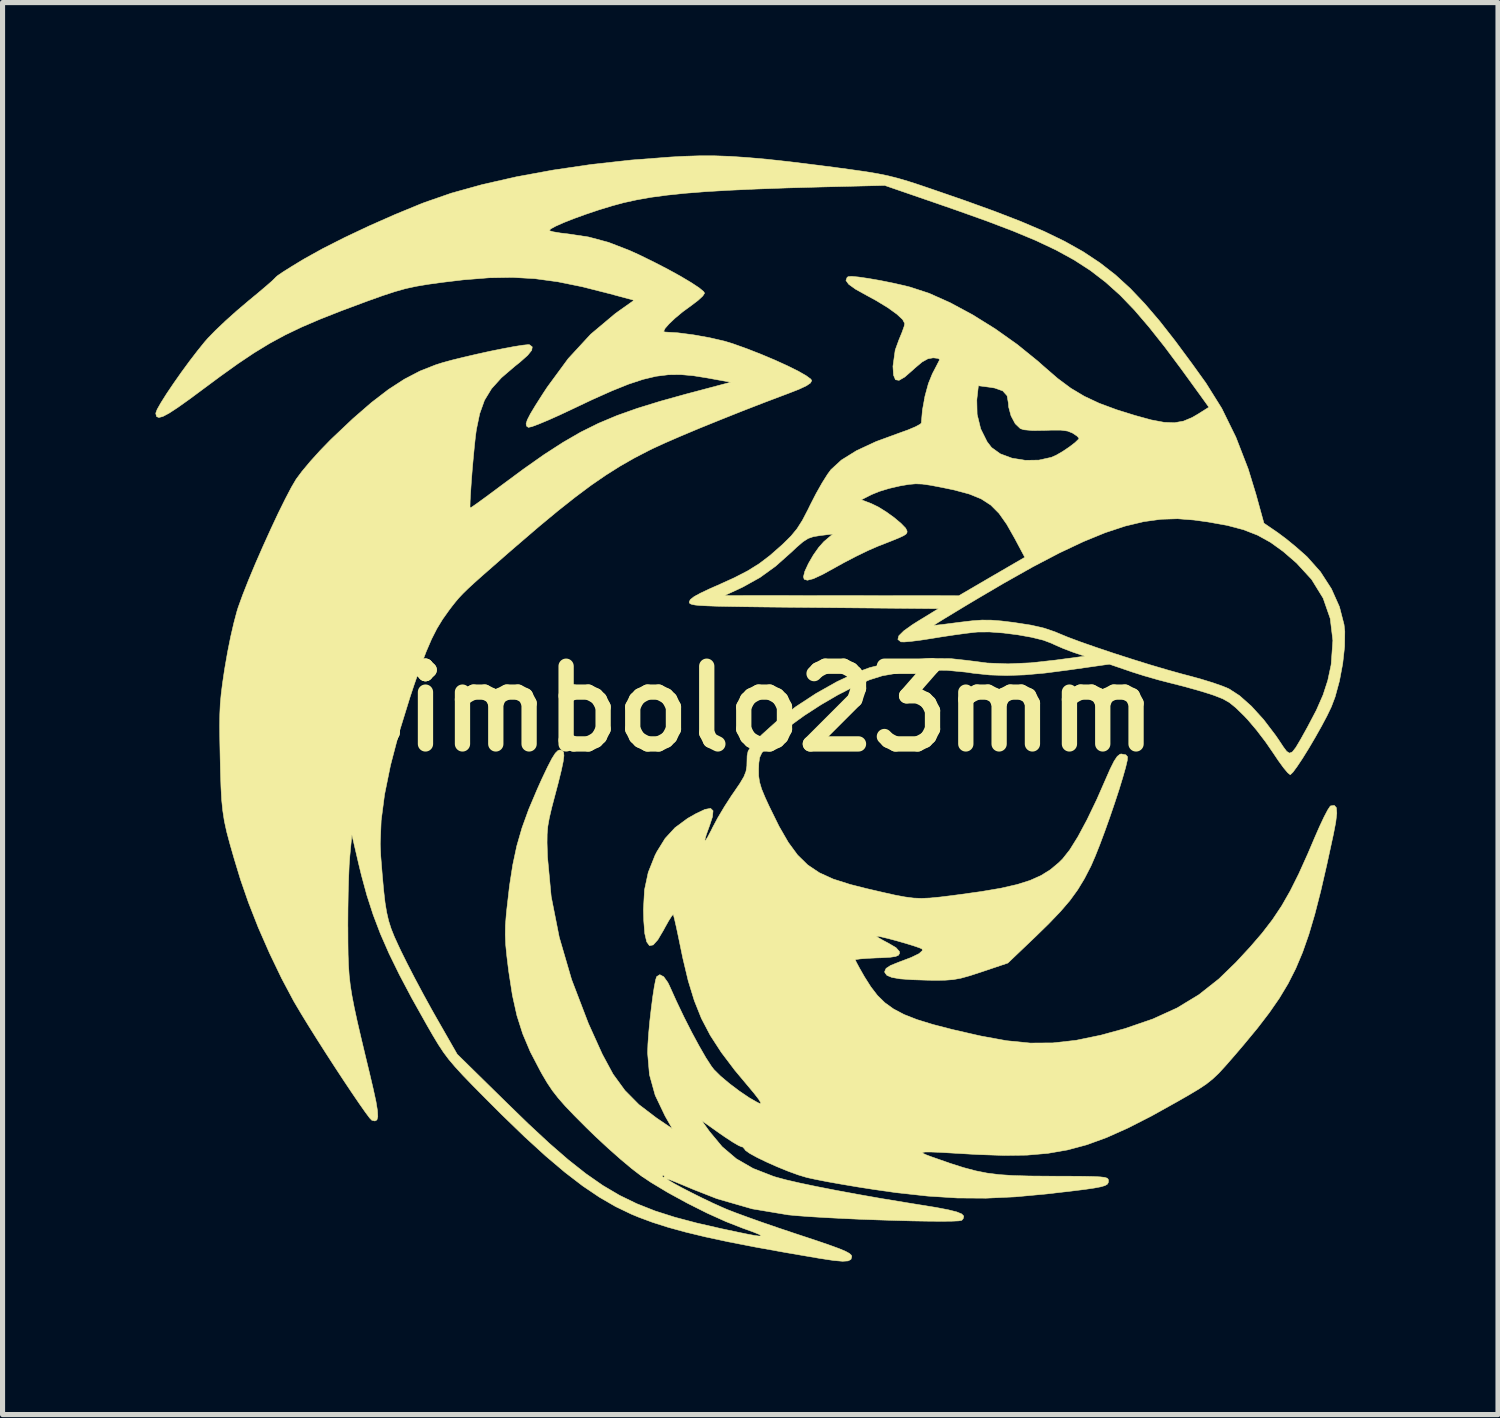
<source format=kicad_pcb>
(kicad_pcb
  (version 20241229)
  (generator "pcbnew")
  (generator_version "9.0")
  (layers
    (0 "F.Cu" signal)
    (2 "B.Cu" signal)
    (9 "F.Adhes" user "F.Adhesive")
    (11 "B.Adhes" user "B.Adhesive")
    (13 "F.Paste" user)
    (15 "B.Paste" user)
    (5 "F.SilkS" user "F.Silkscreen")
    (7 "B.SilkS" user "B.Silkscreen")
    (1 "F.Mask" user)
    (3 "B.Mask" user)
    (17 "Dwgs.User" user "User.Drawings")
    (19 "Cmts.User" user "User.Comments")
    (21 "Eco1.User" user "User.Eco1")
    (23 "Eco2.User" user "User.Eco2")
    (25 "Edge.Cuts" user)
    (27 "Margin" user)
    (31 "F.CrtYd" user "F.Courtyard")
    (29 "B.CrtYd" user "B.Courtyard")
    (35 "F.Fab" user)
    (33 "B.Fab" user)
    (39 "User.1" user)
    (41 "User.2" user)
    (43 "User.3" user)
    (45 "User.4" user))
  (footprint "simbolo23mm"
    (layer "F.Cu")
    (at 11.643 10.848)
    (property "Reference" "simbolo23mm" (at 0 0 0) (layer "F.SilkS") (effects (font (size 1.524 1.524) (thickness 0.3))))
    (attr through_hole)
    (fp_poly (pts (xy -0.684 -10.843) (xy -0.375 -10.832) (xy -0.035 -10.809) (xy 0.348 -10.775) (xy 0.788 -10.727) (xy 1.297 -10.664) (xy 1.658 -10.618) (xy 2.011 -10.57) (xy 2.293 -10.53) (xy 2.524 -10.491) (xy 2.724 -10.45) (xy 2.914 -10.402) (xy 3.115 -10.343) (xy 3.346 -10.268) (xy 3.552 -10.198) (xy 4.219 -9.968) (xy 4.806 -9.756) (xy 5.323 -9.556) (xy 5.779 -9.362) (xy 6.183 -9.166) (xy 6.545 -8.963) (xy 6.874 -8.745) (xy 7.18 -8.507) (xy 7.471 -8.241) (xy 7.756 -7.941) (xy 8.047 -7.601) (xy 8.35 -7.214) (xy 8.677 -6.772) (xy 8.955 -6.385) (xy 9.264 -5.891) (xy 9.542 -5.324) (xy 9.783 -4.702) (xy 9.934 -4.209) (xy 10.091 -3.639) (xy 10.36 -3.455) (xy 10.524 -3.333) (xy 10.717 -3.175) (xy 10.902 -3.012) (xy 10.939 -2.978) (xy 11.199 -2.686) (xy 11.414 -2.353) (xy 11.572 -2) (xy 11.662 -1.651) (xy 11.677 -1.516) (xy 11.673 -1.222) (xy 11.636 -0.886) (xy 11.572 -0.545) (xy 11.487 -0.233) (xy 11.413 -0.038) (xy 11.328 0.139) (xy 11.219 0.344) (xy 11.097 0.561) (xy 10.971 0.775) (xy 10.85 0.97) (xy 10.743 1.131) (xy 10.66 1.244) (xy 10.61 1.292) (xy 10.606 1.293) (xy 10.559 1.256) (xy 10.476 1.157) (xy 10.37 1.011) (xy 10.273 0.866) (xy 10.121 0.646) (xy 9.945 0.416) (xy 9.772 0.212) (xy 9.698 0.134) (xy 9.541 -0.019) (xy 9.413 -0.123) (xy 9.281 -0.197) (xy 9.115 -0.262) (xy 9.029 -0.291) (xy 8.793 -0.363) (xy 8.523 -0.438) (xy 8.276 -0.501) (xy 8.267 -0.503) (xy 8.027 -0.565) (xy 7.754 -0.643) (xy 7.501 -0.723) (xy 7.467 -0.735) (xy 7.06 -0.874) (xy 6.266 -0.761) (xy 5.797 -0.7) (xy 5.396 -0.664) (xy 5.041 -0.652) (xy 4.713 -0.663) (xy 4.389 -0.697) (xy 4.251 -0.718) (xy 3.864 -0.755) (xy 3.431 -0.752) (xy 2.987 -0.713) (xy 2.609 -0.647) (xy 2.361 -0.569) (xy 2.064 -0.44) (xy 1.738 -0.273) (xy 1.402 -0.077) (xy 1.076 0.134) (xy 0.779 0.349) (xy 0.531 0.557) (xy 0.453 0.633) (xy 0.322 0.769) (xy 0.244 0.867) (xy 0.203 0.955) (xy 0.187 1.061) (xy 0.182 1.178) (xy 0.183 1.315) (xy 0.201 1.438) (xy 0.241 1.573) (xy 0.312 1.744) (xy 0.391 1.915) (xy 0.583 2.305) (xy 0.764 2.619) (xy 0.946 2.867) (xy 1.145 3.062) (xy 1.373 3.215) (xy 1.645 3.339) (xy 1.975 3.444) (xy 2.286 3.523) (xy 2.605 3.597) (xy 2.854 3.653) (xy 3.052 3.69) (xy 3.22 3.712) (xy 3.377 3.718) (xy 3.543 3.711) (xy 3.739 3.692) (xy 3.983 3.662) (xy 4.088 3.648) (xy 4.55 3.584) (xy 4.932 3.519) (xy 5.247 3.447) (xy 5.505 3.366) (xy 5.72 3.27) (xy 5.903 3.156) (xy 6.067 3.019) (xy 6.143 2.944) (xy 6.283 2.767) (xy 6.444 2.509) (xy 6.622 2.177) (xy 6.813 1.78) (xy 6.976 1.409) (xy 7.076 1.181) (xy 7.153 1.027) (xy 7.214 0.935) (xy 7.268 0.892) (xy 7.291 0.886) (xy 7.383 0.903) (xy 7.417 0.942) (xy 7.412 1.011) (xy 7.379 1.151) (xy 7.323 1.348) (xy 7.25 1.587) (xy 7.163 1.852) (xy 7.068 2.13) (xy 6.97 2.405) (xy 6.874 2.662) (xy 6.785 2.886) (xy 6.708 3.064) (xy 6.696 3.09) (xy 6.57 3.334) (xy 6.438 3.551) (xy 6.287 3.759) (xy 6.102 3.975) (xy 5.871 4.216) (xy 5.613 4.468) (xy 5.07 4.986) (xy 4.556 5.159) (xy 4.326 5.234) (xy 4.15 5.283) (xy 3.996 5.311) (xy 3.832 5.323) (xy 3.625 5.324) (xy 3.51 5.323) (xy 3.192 5.313) (xy 2.957 5.296) (xy 2.796 5.268) (xy 2.699 5.228) (xy 2.658 5.174) (xy 2.655 5.151) (xy 2.682 5.091) (xy 2.771 5.033) (xy 2.933 4.968) (xy 3.174 4.877) (xy 3.328 4.802) (xy 3.394 4.742) (xy 3.388 4.711) (xy 3.333 4.686) (xy 3.216 4.646) (xy 3.062 4.599) (xy 2.891 4.55) (xy 2.727 4.506) (xy 2.592 4.474) (xy 2.509 4.458) (xy 2.494 4.46) (xy 2.531 4.489) (xy 2.629 4.545) (xy 2.728 4.597) (xy 2.876 4.684) (xy 2.942 4.758) (xy 2.947 4.794) (xy 2.926 4.832) (xy 2.869 4.857) (xy 2.76 4.873) (xy 2.581 4.883) (xy 2.505 4.885) (xy 2.319 4.894) (xy 2.174 4.905) (xy 2.091 4.917) (xy 2.078 4.924) (xy 2.1 4.972) (xy 2.158 5.08) (xy 2.24 5.224) (xy 2.259 5.257) (xy 2.384 5.454) (xy 2.513 5.622) (xy 2.658 5.764) (xy 2.829 5.887) (xy 3.036 5.996) (xy 3.289 6.095) (xy 3.601 6.191) (xy 3.98 6.289) (xy 4.438 6.394) (xy 4.546 6.418) (xy 5.045 6.509) (xy 5.506 6.555) (xy 5.953 6.552) (xy 6.408 6.501) (xy 6.896 6.4) (xy 7.366 6.271) (xy 7.913 6.083) (xy 8.389 5.866) (xy 8.814 5.608) (xy 9.208 5.297) (xy 9.54 4.975) (xy 9.82 4.673) (xy 10.056 4.399) (xy 10.259 4.135) (xy 10.439 3.865) (xy 10.607 3.571) (xy 10.775 3.235) (xy 10.952 2.842) (xy 11.088 2.523) (xy 11.183 2.306) (xy 11.27 2.121) (xy 11.342 1.984) (xy 11.39 1.912) (xy 11.398 1.905) (xy 11.471 1.895) (xy 11.511 1.939) (xy 11.52 2.047) (xy 11.499 2.226) (xy 11.455 2.455) (xy 11.325 3.055) (xy 11.205 3.576) (xy 11.089 4.029) (xy 10.972 4.425) (xy 10.849 4.776) (xy 10.715 5.094) (xy 10.565 5.39) (xy 10.393 5.676) (xy 10.194 5.963) (xy 9.964 6.263) (xy 9.696 6.587) (xy 9.504 6.812) (xy 9.338 7.002) (xy 9.205 7.147) (xy 9.084 7.261) (xy 8.957 7.362) (xy 8.804 7.463) (xy 8.606 7.581) (xy 8.4 7.699) (xy 7.885 7.986) (xy 7.426 8.22) (xy 7.01 8.406) (xy 6.619 8.549) (xy 6.239 8.651) (xy 5.852 8.718) (xy 5.444 8.753) (xy 4.999 8.759) (xy 4.5 8.742) (xy 4.335 8.733) (xy 3.991 8.713) (xy 3.733 8.698) (xy 3.552 8.691) (xy 3.443 8.692) (xy 3.397 8.701) (xy 3.408 8.719) (xy 3.469 8.747) (xy 3.573 8.786) (xy 3.625 8.804) (xy 3.936 8.913) (xy 4.2 8.997) (xy 4.436 9.06) (xy 4.663 9.105) (xy 4.902 9.135) (xy 5.171 9.153) (xy 5.492 9.162) (xy 5.882 9.165) (xy 5.934 9.165) (xy 6.282 9.166) (xy 6.548 9.168) (xy 6.744 9.172) (xy 6.88 9.179) (xy 6.967 9.189) (xy 7.016 9.204) (xy 7.037 9.225) (xy 7.043 9.252) (xy 7.043 9.257) (xy 7.038 9.294) (xy 7.019 9.324) (xy 6.973 9.35) (xy 6.891 9.374) (xy 6.764 9.398) (xy 6.58 9.425) (xy 6.329 9.456) (xy 6.001 9.494) (xy 5.819 9.515) (xy 5.212 9.571) (xy 4.641 9.597) (xy 4.079 9.593) (xy 3.5 9.556) (xy 2.878 9.488) (xy 2.444 9.426) (xy 2.129 9.377) (xy 1.82 9.325) (xy 1.537 9.275) (xy 1.302 9.229) (xy 1.136 9.193) (xy 1.127 9.191) (xy 0.958 9.14) (xy 0.758 9.067) (xy 0.545 8.98) (xy 0.338 8.888) (xy 0.154 8.799) (xy 0.01 8.72) (xy -0.076 8.659) (xy -0.092 8.634) (xy -0.129 8.593) (xy -0.15 8.59) (xy -0.211 8.564) (xy -0.327 8.496) (xy -0.478 8.397) (xy -0.571 8.333) (xy -0.933 8.076) (xy -0.779 8.291) (xy -0.532 8.588) (xy -0.253 8.825) (xy 0.075 9.014) (xy 0.471 9.168) (xy 0.529 9.186) (xy 0.718 9.237) (xy 0.986 9.299) (xy 1.321 9.369) (xy 1.709 9.445) (xy 2.138 9.524) (xy 2.597 9.605) (xy 3.071 9.683) (xy 3.342 9.727) (xy 3.664 9.779) (xy 3.903 9.825) (xy 4.067 9.866) (xy 4.165 9.906) (xy 4.205 9.948) (xy 4.195 9.996) (xy 4.166 10.031) (xy 4.108 10.042) (xy 3.971 10.048) (xy 3.766 10.05) (xy 3.506 10.048) (xy 3.204 10.043) (xy 2.871 10.034) (xy 2.52 10.023) (xy 2.164 10.01) (xy 1.815 9.994) (xy 1.485 9.977) (xy 1.187 9.959) (xy 0.932 9.94) (xy 0.762 9.924) (xy 0.056 9.806) (xy -0.634 9.607) (xy -1.091 9.428) (xy -1.291 9.344) (xy -1.455 9.276) (xy -1.569 9.231) (xy -1.616 9.217) (xy -1.616 9.217) (xy -1.577 9.249) (xy -1.471 9.312) (xy -1.316 9.396) (xy -1.127 9.493) (xy -0.922 9.595) (xy -0.718 9.693) (xy -0.531 9.777) (xy -0.439 9.817) (xy -0.269 9.883) (xy -0.032 9.97) (xy 0.254 10.072) (xy 0.568 10.18) (xy 0.89 10.288) (xy 0.993 10.322) (xy 1.325 10.432) (xy 1.578 10.519) (xy 1.762 10.586) (xy 1.888 10.639) (xy 1.964 10.681) (xy 2.001 10.716) (xy 2.009 10.742) (xy 1.993 10.797) (xy 1.937 10.827) (xy 1.829 10.834) (xy 1.656 10.819) (xy 1.407 10.781) (xy 1.385 10.778) (xy 0.709 10.662) (xy 0.116 10.555) (xy -0.403 10.454) (xy -0.855 10.357) (xy -1.249 10.262) (xy -1.595 10.167) (xy -1.899 10.07) (xy -2.171 9.969) (xy -2.313 9.91) (xy -2.623 9.761) (xy -2.939 9.578) (xy -3.268 9.356) (xy -3.617 9.088) (xy -3.994 8.769) (xy -4.407 8.392) (xy -4.863 7.951) (xy -5.179 7.635) (xy -5.426 7.385) (xy -5.619 7.185) (xy -5.77 7.02) (xy -5.893 6.875) (xy -5.997 6.736) (xy -6.096 6.586) (xy -6.201 6.412) (xy -6.325 6.197) (xy -6.33 6.188) (xy -6.62 5.671) (xy -6.862 5.213) (xy -7.065 4.798) (xy -7.234 4.412) (xy -7.376 4.038) (xy -7.498 3.661) (xy -7.606 3.264) (xy -7.664 3.025) (xy -7.751 2.65) (xy -7.237 2.65) (xy -7.227 2.886) (xy -7.197 3.261) (xy -7.17 3.559) (xy -7.143 3.798) (xy -7.111 3.992) (xy -7.073 4.157) (xy -7.024 4.311) (xy -6.961 4.469) (xy -6.88 4.646) (xy -6.832 4.748) (xy -6.712 4.99) (xy -6.561 5.283) (xy -6.394 5.596) (xy -6.227 5.9) (xy -6.145 6.045) (xy -5.728 6.774) (xy -4.792 7.693) (xy -4.334 8.138) (xy -3.924 8.519) (xy -3.551 8.843) (xy -3.204 9.117) (xy -2.872 9.348) (xy -2.543 9.542) (xy -2.205 9.706) (xy -1.848 9.847) (xy -1.459 9.971) (xy -1.028 10.085) (xy -0.542 10.196) (xy -0.489 10.207) (xy -0.217 10.265) (xy -0.021 10.305) (xy 0.109 10.329) (xy 0.186 10.339) (xy 0.222 10.338) (xy 0.231 10.328) (xy 0.191 10.306) (xy 0.083 10.262) (xy -0.071 10.206) (xy -0.127 10.186) (xy -0.456 10.057) (xy -0.829 9.889) (xy -1.217 9.694) (xy -1.594 9.488) (xy -1.93 9.286) (xy -2.107 9.167) (xy -1.709 9.167) (xy -1.686 9.19) (xy -1.663 9.167) (xy -1.686 9.144) (xy -1.709 9.167) (xy -2.107 9.167) (xy -2.124 9.156) (xy -2.304 9.018) (xy -2.527 8.831) (xy -2.772 8.614) (xy -3.019 8.385) (xy -3.197 8.212) (xy -3.43 7.978) (xy -3.61 7.79) (xy -3.749 7.631) (xy -3.862 7.486) (xy -3.963 7.335) (xy -4.064 7.164) (xy -4.103 7.093) (xy -4.295 6.725) (xy -4.443 6.374) (xy -4.557 6.016) (xy -4.645 5.62) (xy -4.716 5.161) (xy -4.718 5.149) (xy -4.754 4.856) (xy -4.777 4.626) (xy -4.785 4.431) (xy -4.782 4.245) (xy -4.766 4.039) (xy -4.757 3.949) (xy -4.702 3.47) (xy -4.638 3.058) (xy -4.559 2.688) (xy -4.457 2.335) (xy -4.326 1.973) (xy -4.158 1.577) (xy -4.072 1.385) (xy -3.957 1.143) (xy -3.87 0.975) (xy -3.804 0.871) (xy -3.751 0.819) (xy -3.716 0.808) (xy -3.669 0.817) (xy -3.642 0.85) (xy -3.635 0.92) (xy -3.65 1.037) (xy -3.687 1.212) (xy -3.747 1.456) (xy -3.808 1.686) (xy -3.876 1.945) (xy -3.922 2.142) (xy -3.951 2.305) (xy -3.964 2.458) (xy -3.966 2.631) (xy -3.959 2.849) (xy -3.957 2.909) (xy -3.885 3.681) (xy -3.727 4.48) (xy -3.485 5.309) (xy -3.156 6.169) (xy -2.882 6.775) (xy -2.672 7.164) (xy -2.439 7.484) (xy -2.164 7.762) (xy -1.824 8.021) (xy -1.805 8.034) (xy -1.51 8.234) (xy -1.652 7.984) (xy -1.846 7.578) (xy -1.958 7.174) (xy -1.994 6.751) (xy -1.994 6.738) (xy -1.988 6.572) (xy -1.973 6.36) (xy -1.951 6.122) (xy -1.923 5.879) (xy -1.894 5.65) (xy -1.864 5.456) (xy -1.837 5.316) (xy -1.817 5.253) (xy -1.755 5.214) (xy -1.678 5.255) (xy -1.597 5.368) (xy -1.563 5.438) (xy -1.427 5.739) (xy -1.28 6.047) (xy -1.129 6.344) (xy -0.983 6.614) (xy -0.852 6.842) (xy -0.743 7.01) (xy -0.693 7.075) (xy -0.565 7.202) (xy -0.389 7.35) (xy -0.193 7.498) (xy -0.001 7.628) (xy 0.16 7.72) (xy 0.212 7.743) (xy 0.226 7.728) (xy 0.184 7.657) (xy 0.093 7.539) (xy 0.043 7.479) (xy -0.285 7.087) (xy -0.551 6.735) (xy -0.766 6.403) (xy -0.939 6.072) (xy -1.079 5.722) (xy -1.198 5.334) (xy -1.304 4.889) (xy -1.338 4.725) (xy -1.387 4.488) (xy -1.43 4.285) (xy -1.465 4.132) (xy -1.487 4.046) (xy -1.493 4.034) (xy -1.521 4.063) (xy -1.58 4.156) (xy -1.658 4.295) (xy -1.683 4.342) (xy -1.794 4.53) (xy -1.885 4.631) (xy -1.958 4.645) (xy -2.012 4.57) (xy -2.05 4.407) (xy -2.07 4.154) (xy -2.076 3.939) (xy -2.055 3.552) (xy -1.982 3.209) (xy -1.848 2.873) (xy -1.812 2.803) (xy -1.651 2.543) (xy -1.458 2.333) (xy -1.21 2.15) (xy -1.045 2.056) (xy -0.869 1.973) (xy -0.759 1.953) (xy -0.711 2) (xy -0.722 2.117) (xy -0.778 2.288) (xy -0.844 2.471) (xy -0.872 2.571) (xy -0.864 2.588) (xy -0.819 2.521) (xy -0.739 2.369) (xy -0.721 2.331) (xy -0.619 2.14) (xy -0.485 1.915) (xy -0.345 1.698) (xy -0.305 1.641) (xy -0.183 1.462) (xy -0.106 1.332) (xy -0.065 1.227) (xy -0.048 1.122) (xy -0.046 1.038) (xy -0.043 0.922) (xy -0.024 0.834) (xy 0.024 0.749) (xy 0.112 0.645) (xy 0.242 0.511) (xy 0.548 0.235) (xy 0.913 -0.041) (xy 1.312 -0.302) (xy 1.721 -0.532) (xy 2.114 -0.716) (xy 2.362 -0.807) (xy 2.722 -0.896) (xy 3.129 -0.957) (xy 3.55 -0.987) (xy 3.952 -0.983) (xy 4.272 -0.948) (xy 4.667 -0.897) (xy 5.074 -0.881) (xy 5.519 -0.901) (xy 6.002 -0.954) (xy 6.578 -1.031) (xy 6.348 -1.109) (xy 6.168 -1.177) (xy 5.988 -1.255) (xy 5.93 -1.283) (xy 5.766 -1.345) (xy 5.535 -1.402) (xy 5.266 -1.45) (xy 4.983 -1.486) (xy 4.713 -1.506) (xy 4.483 -1.505) (xy 4.433 -1.501) (xy 4.263 -1.481) (xy 4.034 -1.45) (xy 3.78 -1.412) (xy 3.584 -1.38) (xy 3.365 -1.346) (xy 3.176 -1.322) (xy 3.039 -1.31) (xy 2.972 -1.312) (xy 2.913 -1.36) (xy 2.932 -1.431) (xy 3.031 -1.529) (xy 3.181 -1.636) (xy 3.616 -1.636) (xy 3.663 -1.639) (xy 3.782 -1.652) (xy 3.955 -1.674) (xy 4.133 -1.697) (xy 4.37 -1.725) (xy 4.56 -1.739) (xy 4.739 -1.738) (xy 4.94 -1.722) (xy 5.197 -1.691) (xy 5.2 -1.69) (xy 5.524 -1.64) (xy 5.781 -1.581) (xy 5.995 -1.508) (xy 6.061 -1.48) (xy 6.245 -1.404) (xy 6.499 -1.309) (xy 6.806 -1.202) (xy 7.148 -1.087) (xy 7.506 -0.972) (xy 7.862 -0.861) (xy 8.198 -0.762) (xy 8.495 -0.679) (xy 8.611 -0.649) (xy 8.852 -0.583) (xy 9.087 -0.511) (xy 9.284 -0.442) (xy 9.404 -0.392) (xy 9.614 -0.256) (xy 9.846 -0.05) (xy 10.085 0.213) (xy 10.318 0.519) (xy 10.382 0.612) (xy 10.472 0.748) (xy 10.538 0.836) (xy 10.593 0.87) (xy 10.649 0.846) (xy 10.717 0.759) (xy 10.809 0.604) (xy 10.937 0.374) (xy 10.94 0.369) (xy 11.12 0.027) (xy 11.251 -0.272) (xy 11.343 -0.555) (xy 11.406 -0.849) (xy 11.41 -0.875) (xy 11.443 -1.339) (xy 11.391 -1.77) (xy 11.252 -2.169) (xy 11.026 -2.536) (xy 10.731 -2.857) (xy 10.469 -3.084) (xy 10.221 -3.263) (xy 9.968 -3.403) (xy 9.691 -3.511) (xy 9.37 -3.596) (xy 8.989 -3.664) (xy 8.72 -3.701) (xy 8.399 -3.726) (xy 8.073 -3.716) (xy 7.732 -3.669) (xy 7.37 -3.582) (xy 6.979 -3.453) (xy 6.552 -3.278) (xy 6.081 -3.056) (xy 5.559 -2.783) (xy 4.979 -2.456) (xy 4.494 -2.171) (xy 4.239 -2.019) (xy 4.013 -1.882) (xy 3.828 -1.77) (xy 3.695 -1.688) (xy 3.625 -1.642) (xy 3.616 -1.636) (xy 3.181 -1.636) (xy 3.212 -1.657) (xy 3.309 -1.718) (xy 3.709 -1.963) (xy 1.266 -1.986) (xy 0.728 -1.991) (xy 0.276 -1.996) (xy -0.099 -2.001) (xy -0.403 -2.006) (xy -0.644 -2.011) (xy -0.829 -2.018) (xy -0.966 -2.025) (xy -1.061 -2.034) (xy -1.123 -2.046) (xy -1.158 -2.059) (xy -1.174 -2.075) (xy -1.178 -2.093) (xy -1.178 -2.095) (xy -1.156 -2.141) (xy -1.085 -2.197) (xy -1.042 -2.221) (xy -0.485 -2.221) (xy 1.812 -2.219) (xy 4.109 -2.217) (xy 4.755 -2.594) (xy 5.402 -2.97) (xy 5.206 -3.338) (xy 5.048 -3.617) (xy 4.897 -3.831) (xy 4.736 -3.993) (xy 4.546 -4.116) (xy 4.312 -4.211) (xy 4.014 -4.291) (xy 3.783 -4.339) (xy 3.559 -4.382) (xy 3.396 -4.406) (xy 3.263 -4.411) (xy 3.132 -4.4) (xy 2.972 -4.373) (xy 2.946 -4.368) (xy 2.743 -4.321) (xy 2.546 -4.261) (xy 2.397 -4.2) (xy 2.396 -4.2) (xy 2.197 -4.098) (xy 2.393 -4.023) (xy 2.531 -3.956) (xy 2.687 -3.859) (xy 2.842 -3.747) (xy 2.975 -3.635) (xy 3.066 -3.541) (xy 3.094 -3.483) (xy 3.091 -3.452) (xy 3.073 -3.425) (xy 3.026 -3.394) (xy 2.936 -3.352) (xy 2.789 -3.292) (xy 2.573 -3.207) (xy 2.528 -3.19) (xy 2.337 -3.107) (xy 2.101 -2.993) (xy 1.853 -2.864) (xy 1.682 -2.769) (xy 1.435 -2.633) (xy 1.256 -2.55) (xy 1.139 -2.52) (xy 1.076 -2.539) (xy 1.062 -2.588) (xy 1.089 -2.696) (xy 1.159 -2.847) (xy 1.255 -3.013) (xy 1.362 -3.165) (xy 1.462 -3.277) (xy 1.469 -3.283) (xy 1.639 -3.427) (xy 1.386 -3.396) (xy 1.257 -3.375) (xy 1.154 -3.34) (xy 1.053 -3.275) (xy 0.928 -3.168) (xy 0.832 -3.077) (xy 0.515 -2.795) (xy 0.209 -2.574) (xy -0.116 -2.393) (xy -0.199 -2.353) (xy -0.485 -2.221) (xy -1.042 -2.221) (xy -0.954 -2.269) (xy -0.752 -2.364) (xy -0.62 -2.421) (xy -0.294 -2.569) (xy -0.032 -2.704) (xy 0.193 -2.844) (xy 0.405 -3.005) (xy 0.628 -3.201) (xy 0.67 -3.24) (xy 0.819 -3.388) (xy 0.936 -3.53) (xy 1.041 -3.695) (xy 1.153 -3.91) (xy 1.195 -3.997) (xy 1.307 -4.215) (xy 1.426 -4.426) (xy 1.536 -4.601) (xy 1.601 -4.689) (xy 1.806 -4.877) (xy 2.102 -5.061) (xy 2.487 -5.24) (xy 2.926 -5.401) (xy 3.112 -5.468) (xy 3.261 -5.531) (xy 3.352 -5.581) (xy 3.373 -5.603) (xy 3.395 -5.858) (xy 3.432 -6.059) (xy 4.461 -6.059) (xy 4.467 -5.775) (xy 4.537 -5.489) (xy 4.663 -5.236) (xy 4.75 -5.123) (xy 4.922 -4.999) (xy 5.151 -4.914) (xy 5.412 -4.872) (xy 5.678 -4.876) (xy 5.922 -4.93) (xy 6.016 -4.971) (xy 6.144 -5.045) (xy 6.276 -5.134) (xy 6.387 -5.219) (xy 6.455 -5.285) (xy 6.465 -5.305) (xy 6.429 -5.345) (xy 6.342 -5.404) (xy 6.336 -5.407) (xy 6.242 -5.445) (xy 6.114 -5.463) (xy 5.93 -5.464) (xy 5.813 -5.459) (xy 5.561 -5.455) (xy 5.385 -5.471) (xy 5.314 -5.494) (xy 5.214 -5.59) (xy 5.132 -5.744) (xy 5.085 -5.919) (xy 5.08 -5.993) (xy 5.055 -6.138) (xy 4.97 -6.233) (xy 4.813 -6.289) (xy 4.728 -6.303) (xy 4.492 -6.334) (xy 4.461 -6.059) (xy 3.432 -6.059) (xy 3.444 -6.128) (xy 3.512 -6.378) (xy 3.589 -6.568) (xy 3.66 -6.704) (xy 3.713 -6.807) (xy 3.733 -6.846) (xy 3.704 -6.87) (xy 3.613 -6.881) (xy 3.603 -6.881) (xy 3.502 -6.863) (xy 3.39 -6.801) (xy 3.248 -6.682) (xy 3.208 -6.645) (xy 3.048 -6.505) (xy 2.936 -6.44) (xy 2.866 -6.452) (xy 2.828 -6.542) (xy 2.817 -6.71) (xy 2.817 -6.717) (xy 2.861 -7.034) (xy 2.933 -7.232) (xy 2.994 -7.38) (xy 3.036 -7.498) (xy 3.048 -7.553) (xy 3.007 -7.632) (xy 2.893 -7.738) (xy 2.717 -7.865) (xy 2.489 -8.004) (xy 2.298 -8.108) (xy 2.082 -8.228) (xy 1.949 -8.324) (xy 1.895 -8.399) (xy 1.917 -8.457) (xy 1.938 -8.473) (xy 2.005 -8.479) (xy 2.143 -8.466) (xy 2.335 -8.438) (xy 2.561 -8.399) (xy 2.804 -8.35) (xy 3.045 -8.296) (xy 3.152 -8.269) (xy 3.525 -8.147) (xy 3.939 -7.962) (xy 4.376 -7.727) (xy 4.82 -7.451) (xy 5.253 -7.144) (xy 5.657 -6.817) (xy 5.773 -6.714) (xy 6.047 -6.477) (xy 6.305 -6.285) (xy 6.57 -6.127) (xy 6.862 -5.99) (xy 7.205 -5.863) (xy 7.568 -5.75) (xy 7.882 -5.664) (xy 8.132 -5.617) (xy 8.336 -5.609) (xy 8.513 -5.64) (xy 8.683 -5.711) (xy 8.798 -5.778) (xy 9.012 -5.913) (xy 8.838 -6.155) (xy 8.473 -6.658) (xy 8.144 -7.099) (xy 7.84 -7.482) (xy 7.553 -7.817) (xy 7.272 -8.109) (xy 6.987 -8.365) (xy 6.689 -8.594) (xy 6.369 -8.801) (xy 6.015 -8.995) (xy 5.619 -9.182) (xy 5.17 -9.369) (xy 4.66 -9.563) (xy 4.077 -9.771) (xy 3.625 -9.928) (xy 2.655 -10.262) (xy 1.432 -10.232) (xy 0.742 -10.213) (xy 0.137 -10.191) (xy -0.394 -10.167) (xy -0.857 -10.14) (xy -1.262 -10.108) (xy -1.616 -10.071) (xy -1.93 -10.029) (xy -2.21 -9.979) (xy -2.466 -9.923) (xy -2.69 -9.862) (xy -2.949 -9.783) (xy -3.202 -9.698) (xy -3.437 -9.613) (xy -3.64 -9.533) (xy -3.797 -9.463) (xy -3.896 -9.409) (xy -3.922 -9.377) (xy -3.918 -9.374) (xy -3.842 -9.352) (xy -3.705 -9.329) (xy -3.558 -9.312) (xy -3.152 -9.251) (xy -2.761 -9.146) (xy -2.352 -8.988) (xy -2.175 -8.908) (xy -1.878 -8.763) (xy -1.599 -8.619) (xy -1.35 -8.482) (xy -1.142 -8.358) (xy -0.987 -8.256) (xy -0.896 -8.181) (xy -0.877 -8.149) (xy -0.913 -8.093) (xy -1.007 -8.006) (xy -1.139 -7.906) (xy -1.143 -7.903) (xy -1.306 -7.784) (xy -1.454 -7.661) (xy -1.573 -7.548) (xy -1.653 -7.457) (xy -1.679 -7.401) (xy -1.66 -7.388) (xy -1.401 -7.372) (xy -1.093 -7.332) (xy -0.775 -7.275) (xy -0.485 -7.208) (xy -0.33 -7.161) (xy -0.05 -7.061) (xy 0.231 -6.951) (xy 0.502 -6.837) (xy 0.748 -6.725) (xy 0.956 -6.622) (xy 1.112 -6.533) (xy 1.205 -6.465) (xy 1.224 -6.435) (xy 1.199 -6.388) (xy 1.119 -6.333) (xy 0.971 -6.264) (xy 0.745 -6.176) (xy 0.739 -6.174) (xy 0.302 -6.009) (xy -0.139 -5.838) (xy -0.57 -5.666) (xy -0.977 -5.501) (xy -1.344 -5.347) (xy -1.657 -5.211) (xy -1.903 -5.098) (xy -1.963 -5.068) (xy -2.255 -4.917) (xy -2.535 -4.757) (xy -2.814 -4.581) (xy -3.103 -4.382) (xy -3.412 -4.151) (xy -3.752 -3.882) (xy -4.133 -3.566) (xy -4.565 -3.195) (xy -4.734 -3.049) (xy -5.009 -2.808) (xy -5.225 -2.619) (xy -5.392 -2.47) (xy -5.519 -2.353) (xy -5.617 -2.257) (xy -5.696 -2.173) (xy -5.765 -2.091) (xy -5.836 -2.001) (xy -5.891 -1.928) (xy -6.014 -1.755) (xy -6.125 -1.573) (xy -6.23 -1.367) (xy -6.335 -1.123) (xy -6.448 -0.826) (xy -6.575 -0.463) (xy -6.652 -0.231) (xy -6.87 0.474) (xy -7.036 1.109) (xy -7.152 1.68) (xy -7.219 2.192) (xy -7.237 2.65) (xy -7.751 2.65) (xy -7.793 2.471) (xy -7.833 2.886) (xy -7.846 3.063) (xy -7.856 3.309) (xy -7.865 3.604) (xy -7.87 3.926) (xy -7.872 4.253) (xy -7.871 4.295) (xy -7.87 4.579) (xy -7.867 4.82) (xy -7.859 5.032) (xy -7.846 5.228) (xy -7.824 5.423) (xy -7.791 5.63) (xy -7.746 5.862) (xy -7.687 6.135) (xy -7.611 6.461) (xy -7.517 6.855) (xy -7.451 7.128) (xy -7.374 7.456) (xy -7.32 7.704) (xy -7.291 7.882) (xy -7.285 7.998) (xy -7.302 8.062) (xy -7.341 8.083) (xy -7.402 8.069) (xy -7.445 8.024) (xy -7.528 7.913) (xy -7.646 7.745) (xy -7.79 7.534) (xy -7.953 7.29) (xy -8.127 7.025) (xy -8.305 6.75) (xy -8.479 6.477) (xy -8.642 6.217) (xy -8.786 5.982) (xy -8.904 5.783) (xy -8.935 5.73) (xy -9.171 5.286) (xy -9.406 4.797) (xy -9.628 4.291) (xy -9.822 3.797) (xy -9.978 3.346) (xy -9.993 3.297) (xy -10.101 2.941) (xy -10.184 2.652) (xy -10.248 2.412) (xy -10.294 2.201) (xy -10.325 1.997) (xy -10.347 1.782) (xy -10.36 1.536) (xy -10.37 1.238) (xy -10.376 0.97) (xy -10.383 0.618) (xy -10.386 0.338) (xy -10.383 0.107) (xy -10.374 -0.095) (xy -10.356 -0.289) (xy -10.33 -0.497) (xy -10.294 -0.741) (xy -10.281 -0.821) (xy -10.23 -1.114) (xy -10.17 -1.413) (xy -10.106 -1.689) (xy -10.046 -1.914) (xy -10.024 -1.985) (xy -9.936 -2.228) (xy -9.821 -2.52) (xy -9.686 -2.843) (xy -9.538 -3.181) (xy -9.386 -3.517) (xy -9.237 -3.835) (xy -9.098 -4.116) (xy -8.978 -4.345) (xy -8.885 -4.503) (xy -8.77 -4.657) (xy -8.607 -4.852) (xy -8.416 -5.063) (xy -8.218 -5.267) (xy -8.18 -5.304) (xy -7.774 -5.688) (xy -7.411 -6.003) (xy -7.078 -6.259) (xy -6.765 -6.462) (xy -6.46 -6.621) (xy -6.152 -6.743) (xy -6.02 -6.785) (xy -5.827 -6.838) (xy -5.594 -6.895) (xy -5.34 -6.954) (xy -5.081 -7.011) (xy -4.833 -7.061) (xy -4.615 -7.102) (xy -4.444 -7.129) (xy -4.336 -7.14) (xy -4.31 -7.138) (xy -4.256 -7.096) (xy -4.267 -7.029) (xy -4.347 -6.93) (xy -4.499 -6.795) (xy -4.596 -6.718) (xy -4.861 -6.491) (xy -5.055 -6.276) (xy -5.193 -6.049) (xy -5.287 -5.786) (xy -5.352 -5.473) (xy -5.37 -5.339) (xy -5.39 -5.153) (xy -5.411 -4.933) (xy -5.432 -4.697) (xy -5.45 -4.465) (xy -5.464 -4.254) (xy -5.474 -4.083) (xy -5.477 -3.972) (xy -5.474 -3.937) (xy -5.436 -3.959) (xy -5.337 -4.028) (xy -5.19 -4.135) (xy -5.007 -4.27) (xy -4.88 -4.365) (xy -4.426 -4.701) (xy -4.024 -4.984) (xy -3.657 -5.221) (xy -3.308 -5.423) (xy -2.96 -5.596) (xy -2.596 -5.749) (xy -2.199 -5.89) (xy -1.752 -6.028) (xy -1.239 -6.171) (xy -1.117 -6.203) (xy -0.364 -6.403) (xy -0.824 -6.487) (xy -1.099 -6.531) (xy -1.348 -6.553) (xy -1.587 -6.55) (xy -1.828 -6.52) (xy -2.084 -6.459) (xy -2.369 -6.365) (xy -2.697 -6.233) (xy -3.08 -6.062) (xy -3.462 -5.881) (xy -3.715 -5.762) (xy -3.943 -5.66) (xy -4.13 -5.582) (xy -4.264 -5.532) (xy -4.331 -5.518) (xy -4.333 -5.518) (xy -4.368 -5.543) (xy -4.377 -5.589) (xy -4.353 -5.665) (xy -4.293 -5.782) (xy -4.192 -5.95) (xy -4.046 -6.179) (xy -3.961 -6.308) (xy -3.551 -6.866) (xy -3.11 -7.344) (xy -2.629 -7.748) (xy -2.547 -7.807) (xy -2.26 -8.01) (xy -2.735 -8.138) (xy -3.274 -8.275) (xy -3.756 -8.373) (xy -4.205 -8.434) (xy -4.646 -8.459) (xy -5.105 -8.451) (xy -5.606 -8.411) (xy -6.015 -8.362) (xy -6.3 -8.323) (xy -6.532 -8.284) (xy -6.74 -8.239) (xy -6.949 -8.18) (xy -7.187 -8.102) (xy -7.481 -7.997) (xy -7.513 -7.985) (xy -7.999 -7.804) (xy -8.415 -7.64) (xy -8.777 -7.485) (xy -9.101 -7.33) (xy -9.407 -7.164) (xy -9.709 -6.98) (xy -10.027 -6.767) (xy -10.376 -6.517) (xy -10.682 -6.29) (xy -10.976 -6.072) (xy -11.205 -5.909) (xy -11.376 -5.797) (xy -11.498 -5.732) (xy -11.578 -5.711) (xy -11.622 -5.729) (xy -11.637 -5.783) (xy -11.638 -5.798) (xy -11.611 -5.871) (xy -11.537 -6.001) (xy -11.427 -6.176) (xy -11.29 -6.379) (xy -11.137 -6.597) (xy -10.978 -6.814) (xy -10.822 -7.017) (xy -10.681 -7.192) (xy -10.615 -7.267) (xy -10.466 -7.42) (xy -10.269 -7.607) (xy -10.049 -7.804) (xy -9.831 -7.989) (xy -9.817 -8.001) (xy -9.633 -8.153) (xy -9.476 -8.286) (xy -9.359 -8.388) (xy -9.297 -8.449) (xy -9.29 -8.458) (xy -9.247 -8.495) (xy -9.138 -8.569) (xy -8.979 -8.669) (xy -8.785 -8.787) (xy -8.718 -8.827) (xy -8.357 -9.027) (xy -7.928 -9.244) (xy -7.453 -9.468) (xy -6.953 -9.689) (xy -6.448 -9.897) (xy -6.368 -9.928) (xy -5.841 -10.111) (xy -5.236 -10.279) (xy -4.567 -10.431) (xy -3.848 -10.563) (xy -3.092 -10.674) (xy -2.314 -10.76) (xy -1.527 -10.82) (xy -1.265 -10.834) (xy -0.977 -10.843) (xy -0.684 -10.843)) (stroke (width 0.01) (type solid)) (fill yes) (layer "F.SilkS")))
  (gr_rect
    (start -3 -3)
    (end 26.324 24.688)
    (stroke (width 0.1) (type default))
    (fill no)
    (layer "Edge.Cuts")))
</source>
